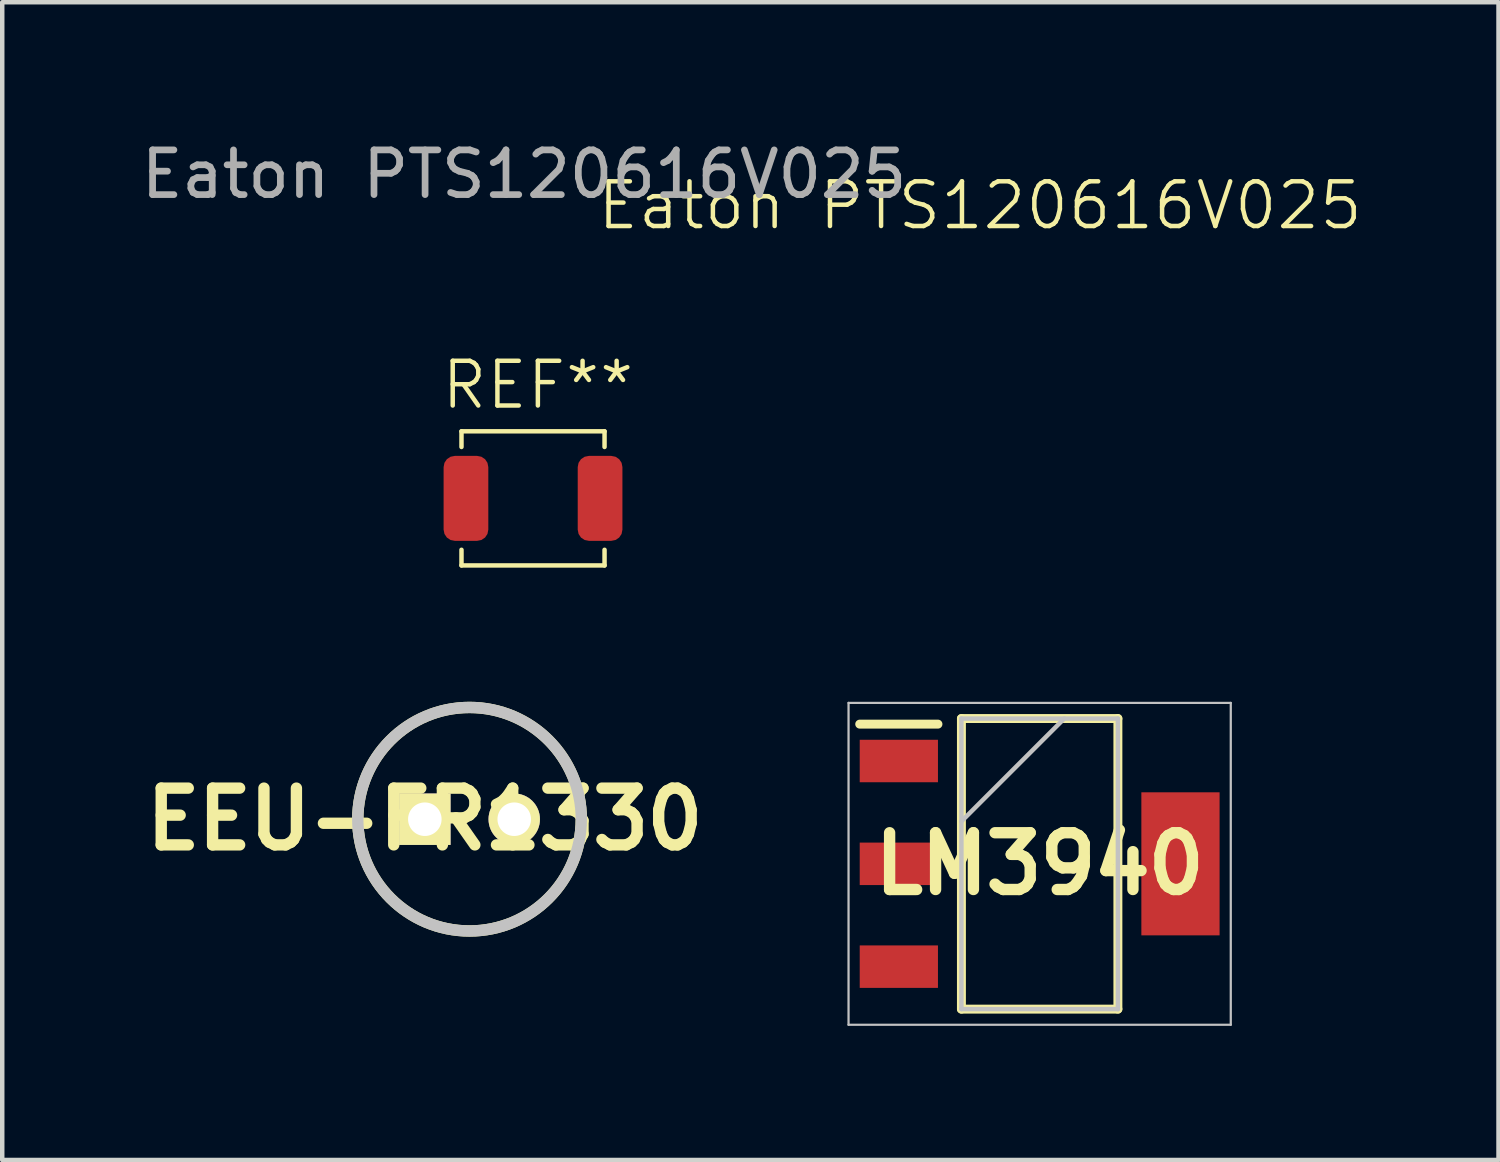
<source format=kicad_pcb>
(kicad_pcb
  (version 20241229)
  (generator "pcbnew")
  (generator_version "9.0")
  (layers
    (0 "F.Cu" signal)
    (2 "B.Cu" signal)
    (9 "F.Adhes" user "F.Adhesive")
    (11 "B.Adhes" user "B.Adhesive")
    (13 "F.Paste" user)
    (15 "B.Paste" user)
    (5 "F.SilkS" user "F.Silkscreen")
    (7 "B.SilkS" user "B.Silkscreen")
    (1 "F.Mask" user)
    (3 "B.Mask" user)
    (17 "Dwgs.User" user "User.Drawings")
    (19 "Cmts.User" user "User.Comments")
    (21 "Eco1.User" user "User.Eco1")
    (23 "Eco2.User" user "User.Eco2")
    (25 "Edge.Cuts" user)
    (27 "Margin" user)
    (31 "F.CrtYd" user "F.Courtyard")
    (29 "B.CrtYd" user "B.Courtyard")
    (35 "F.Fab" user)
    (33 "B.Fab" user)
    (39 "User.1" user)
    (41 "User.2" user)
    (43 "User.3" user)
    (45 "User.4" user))
  (footprint "EEU-FR1330"
    (layer "F.Cu")
    (at 6.453 15.275)
    (property "Reference" "EEU-FR1330" (at 0 0 0) (unlocked yes) (layer "F.SilkS") (effects (font (size 1.27 1.27) (thickness 0.254))))
    (attr through_hole exclude_from_pos_files)
    (fp_circle (center 1 0) (end 3.5 0) (stroke (width 0.254) (type solid)) (fill no) (layer "F.SilkS"))
    (fp_circle (center 1 0) (end 3.5 0) (stroke (width 0.254) (type solid)) (fill no) (layer "Dwgs.User"))
    (pad "1" thru_hole rect (at 0 0 90) (size 1.15 1.15) (drill 0.75) (layers "*.Cu" "*.Mask" "F.SilkS"))
    (pad "2" thru_hole circle (at 2 0 90) (size 1.15 1.15) (drill 0.75) (layers "*.Cu" "*.Mask" "F.SilkS")))
  (footprint "Eaton PTS120616V025"
    (layer "F.Cu")
    (at 8.873 8.148)
    (property "Reference" "Eaton PTS120616V025" (at 10 -6.6 0) (unlocked yes) (layer "F.SilkS") (effects (font (size 1 1) (thickness 0.1))))
    (attr smd)
    (fp_line (start -1.6 -1.2) (end -1.6 -1.55) (stroke (width 0.1) (type default)) (layer "F.SilkS"))
    (fp_line (start -1.6 1.1) (end -1.6 1.45) (stroke (width 0.1) (type default)) (layer "F.SilkS"))
    (fp_line (start -1.6 1.45) (end 1.6 1.45) (stroke (width 0.1) (type default)) (layer "F.SilkS"))
    (fp_line (start 1.6 -1.55) (end -1.6 -1.55) (stroke (width 0.1) (type default)) (layer "F.SilkS"))
    (fp_line (start 1.6 -1.55) (end 1.6 -1.2) (stroke (width 0.1) (type default)) (layer "F.SilkS"))
    (fp_line (start 1.6 1.45) (end 1.6 1.1) (stroke (width 0.1) (type default)) (layer "F.SilkS"))
    (fp_text user "REF**" (at -2.1 -2 0) (unlocked yes) (layer "F.SilkS") (effects (font (size 1 1) (thickness 0.1)) (justify left bottom)))
    (fp_text user "${REFERENCE}" (at -0.2 -7.3 0) (unlocked yes) (layer "F.Fab") (effects (font (size 1 1) (thickness 0.15))))
    (pad "1" smd roundrect (at -1.5 -0.05) (size 1 1.9) (layers "F.Cu" "F.Mask" "F.Paste") (roundrect_rratio 0.25))
    (pad "2" smd roundrect (at 1.5 -0.05) (size 1 1.9) (layers "F.Cu" "F.Mask" "F.Paste") (roundrect_rratio 0.25)))
  (footprint "LM3940"
    (layer "F.Cu")
    (at 20.206 16.273)
    (property "Reference" "LM3940" (at 0 0 0) (unlocked yes) (layer "F.SilkS") (effects (font (size 1.27 1.27) (thickness 0.254))))
    (attr smd)
    (fp_line (start -4.025 -3.125) (end -2.275 -3.125) (stroke (width 0.2) (type solid)) (layer "F.SilkS"))
    (fp_line (start -1.75 -3.25) (end 1.75 -3.25) (stroke (width 0.2) (type solid)) (layer "F.SilkS"))
    (fp_line (start -1.75 3.25) (end -1.75 -3.25) (stroke (width 0.2) (type solid)) (layer "F.SilkS"))
    (fp_line (start 1.75 -3.25) (end 1.75 3.25) (stroke (width 0.2) (type solid)) (layer "F.SilkS"))
    (fp_line (start 1.75 3.25) (end -1.75 3.25) (stroke (width 0.2) (type solid)) (layer "F.SilkS"))
    (fp_line (start -4.275 -3.6) (end 4.275 -3.6) (stroke (width 0.05) (type solid)) (layer "Dwgs.User"))
    (fp_line (start -4.275 3.6) (end -4.275 -3.6) (stroke (width 0.05) (type solid)) (layer "Dwgs.User"))
    (fp_line (start -1.75 -3.25) (end 1.75 -3.25) (stroke (width 0.1) (type solid)) (layer "Dwgs.User"))
    (fp_line (start -1.75 -0.95) (end 0.55 -3.25) (stroke (width 0.1) (type solid)) (layer "Dwgs.User"))
    (fp_line (start -1.75 3.25) (end -1.75 -3.25) (stroke (width 0.1) (type solid)) (layer "Dwgs.User"))
    (fp_line (start 1.75 -3.25) (end 1.75 3.25) (stroke (width 0.1) (type solid)) (layer "Dwgs.User"))
    (fp_line (start 1.75 3.25) (end -1.75 3.25) (stroke (width 0.1) (type solid)) (layer "Dwgs.User"))
    (fp_line (start 4.275 -3.6) (end 4.275 3.6) (stroke (width 0.05) (type solid)) (layer "Dwgs.User"))
    (fp_line (start 4.275 3.6) (end -4.275 3.6) (stroke (width 0.05) (type solid)) (layer "Dwgs.User"))
    (pad "1" smd rect (at -3.15 -2.3 90) (size 0.95 1.75) (layers "F.Cu" "F.Mask" "F.Paste"))
    (pad "2" smd rect (at -3.15 0 90) (size 0.95 1.75) (layers "F.Cu" "F.Mask" "F.Paste"))
    (pad "3" smd rect (at -3.15 2.3 90) (size 0.95 1.75) (layers "F.Cu" "F.Mask" "F.Paste"))
    (pad "4" smd rect (at 3.15 0) (size 1.75 3.2) (layers "F.Cu" "F.Mask" "F.Paste")))
  (gr_rect
    (start -3 -3)
    (end 30.47 22.898)
    (stroke (width 0.1) (type default))
    (fill no)
    (layer "Edge.Cuts")))
</source>
